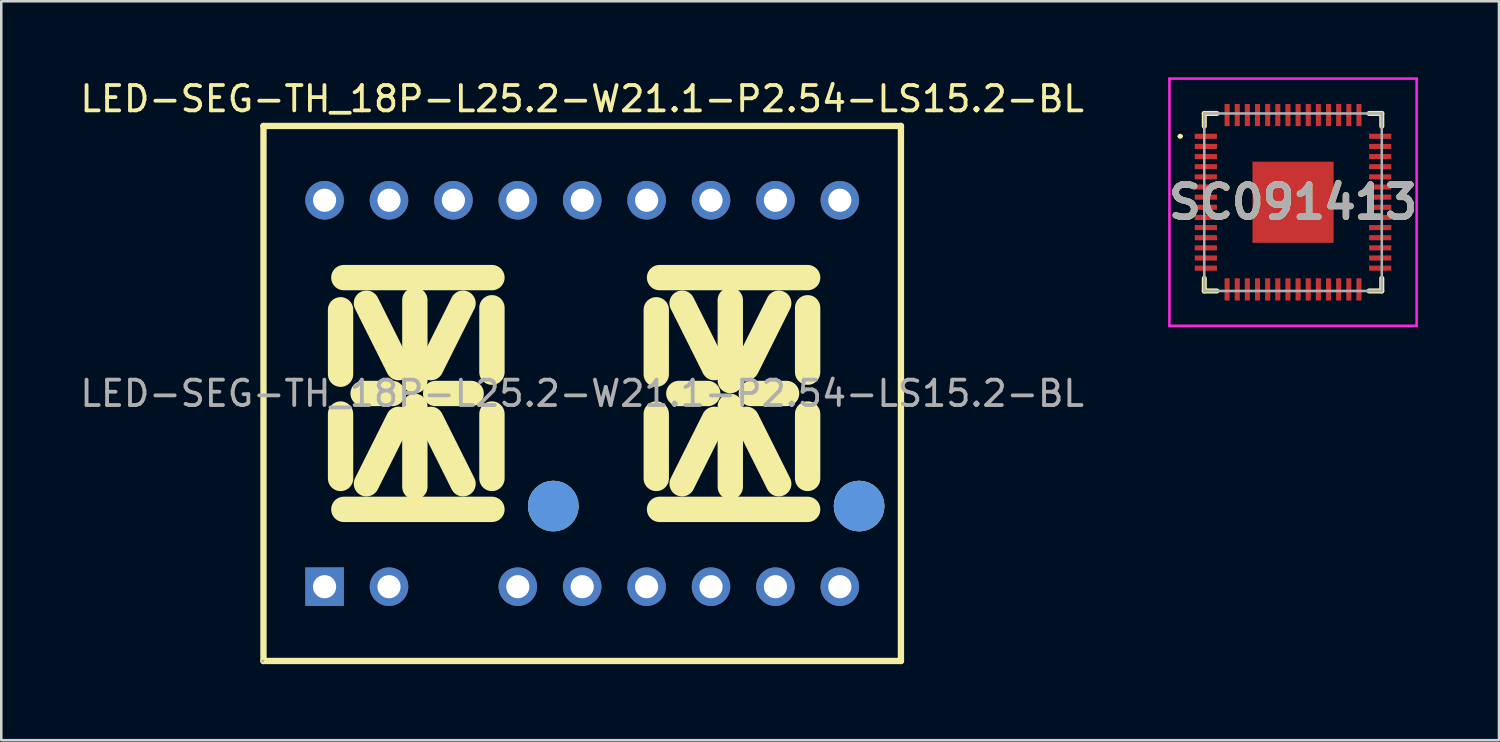
<source format=kicad_pcb>
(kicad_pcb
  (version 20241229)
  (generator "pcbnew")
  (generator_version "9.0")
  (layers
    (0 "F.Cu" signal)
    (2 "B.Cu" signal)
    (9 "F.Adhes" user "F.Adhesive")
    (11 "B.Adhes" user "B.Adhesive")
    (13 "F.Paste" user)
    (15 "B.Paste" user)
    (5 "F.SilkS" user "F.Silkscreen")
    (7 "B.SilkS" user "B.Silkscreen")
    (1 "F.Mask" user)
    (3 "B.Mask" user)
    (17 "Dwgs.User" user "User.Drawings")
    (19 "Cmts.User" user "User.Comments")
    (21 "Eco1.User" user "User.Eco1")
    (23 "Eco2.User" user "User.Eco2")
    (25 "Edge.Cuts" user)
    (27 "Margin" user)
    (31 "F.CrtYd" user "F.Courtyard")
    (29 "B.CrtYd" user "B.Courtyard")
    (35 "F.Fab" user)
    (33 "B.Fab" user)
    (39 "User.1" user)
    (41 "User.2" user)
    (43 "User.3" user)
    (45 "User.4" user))
  (footprint "SC091413"
    (layer "F.Cu")
    (at 47.944 4.925)
    (property "Reference" "SC091413" (at 0 0 0) (layer "F.SilkS") (effects (font (size 1.27 1.27) (thickness 0.254))))
    (attr smd)
    (fp_line (start -4.5 -2.6) (end -4.5 -2.6) (stroke (width 0.1) (type solid)) (layer "F.SilkS"))
    (fp_line (start -4.4 -2.6) (end -4.4 -2.6) (stroke (width 0.1) (type solid)) (layer "F.SilkS"))
    (fp_line (start -3.5 -3.5) (end -3.5 -3) (stroke (width 0.2) (type solid)) (layer "F.SilkS"))
    (fp_line (start -3.5 3) (end -3.5 3.5) (stroke (width 0.2) (type solid)) (layer "F.SilkS"))
    (fp_line (start -3.5 3.5) (end -3 3.5) (stroke (width 0.2) (type solid)) (layer "F.SilkS"))
    (fp_line (start -3 -3.5) (end -3.5 -3.5) (stroke (width 0.2) (type solid)) (layer "F.SilkS"))
    (fp_line (start 3 -3.5) (end 3.5 -3.5) (stroke (width 0.2) (type solid)) (layer "F.SilkS"))
    (fp_line (start 3 3.5) (end 3.5 3.5) (stroke (width 0.2) (type solid)) (layer "F.SilkS"))
    (fp_line (start 3.5 -3.5) (end 3.5 -3) (stroke (width 0.2) (type solid)) (layer "F.SilkS"))
    (fp_line (start 3.5 3.5) (end 3.5 3) (stroke (width 0.2) (type solid)) (layer "F.SilkS"))
    (fp_arc (start -4.5 -2.6) (mid -4.45 -2.65) (end -4.4 -2.6) (stroke (width 0.1) (type solid)) (layer "F.SilkS"))
    (fp_arc (start -4.4 -2.6) (mid -4.45 -2.55) (end -4.5 -2.6) (stroke (width 0.1) (type solid)) (layer "F.SilkS"))
    (fp_line (start -4.875 -4.875) (end 4.875 -4.875) (stroke (width 0.1) (type solid)) (layer "F.CrtYd"))
    (fp_line (start -4.875 4.875) (end -4.875 -4.875) (stroke (width 0.1) (type solid)) (layer "F.CrtYd"))
    (fp_line (start 4.875 -4.875) (end 4.875 4.875) (stroke (width 0.1) (type solid)) (layer "F.CrtYd"))
    (fp_line (start 4.875 4.875) (end -4.875 4.875) (stroke (width 0.1) (type solid)) (layer "F.CrtYd"))
    (fp_line (start -3.5 -3.5) (end -3.5 3.5) (stroke (width 0.1) (type solid)) (layer "F.Fab"))
    (fp_line (start -3.5 3.5) (end 3.5 3.5) (stroke (width 0.1) (type solid)) (layer "F.Fab"))
    (fp_line (start 3.5 -3.5) (end -3.5 -3.5) (stroke (width 0.1) (type solid)) (layer "F.Fab"))
    (fp_line (start 3.5 3.5) (end 3.5 -3.5) (stroke (width 0.1) (type solid)) (layer "F.Fab"))
    (fp_text user "${REFERENCE}" (at 0 0 0) (layer "F.Fab") (effects (font (size 1.27 1.27) (thickness 0.254))))
    (pad "1" smd rect (at -3.438 -2.6 90) (size 0.2 0.875) (layers "F.Cu" "F.Mask" "F.Paste"))
    (pad "2" smd rect (at -3.438 -2.2 90) (size 0.2 0.875) (layers "F.Cu" "F.Mask" "F.Paste"))
    (pad "3" smd rect (at -3.438 -1.8 90) (size 0.2 0.875) (layers "F.Cu" "F.Mask" "F.Paste"))
    (pad "4" smd rect (at -3.438 -1.4 90) (size 0.2 0.875) (layers "F.Cu" "F.Mask" "F.Paste"))
    (pad "5" smd rect (at -3.438 -1 90) (size 0.2 0.875) (layers "F.Cu" "F.Mask" "F.Paste"))
    (pad "6" smd rect (at -3.438 -0.6 90) (size 0.2 0.875) (layers "F.Cu" "F.Mask" "F.Paste"))
    (pad "7" smd rect (at -3.438 -0.2 90) (size 0.2 0.875) (layers "F.Cu" "F.Mask" "F.Paste"))
    (pad "8" smd rect (at -3.438 0.2 90) (size 0.2 0.875) (layers "F.Cu" "F.Mask" "F.Paste"))
    (pad "9" smd rect (at -3.438 0.6 90) (size 0.2 0.875) (layers "F.Cu" "F.Mask" "F.Paste"))
    (pad "10" smd rect (at -3.438 1 90) (size 0.2 0.875) (layers "F.Cu" "F.Mask" "F.Paste"))
    (pad "11" smd rect (at -3.438 1.4 90) (size 0.2 0.875) (layers "F.Cu" "F.Mask" "F.Paste"))
    (pad "12" smd rect (at -3.438 1.8 90) (size 0.2 0.875) (layers "F.Cu" "F.Mask" "F.Paste"))
    (pad "13" smd rect (at -3.438 2.2 90) (size 0.2 0.875) (layers "F.Cu" "F.Mask" "F.Paste"))
    (pad "14" smd rect (at -3.438 2.6 90) (size 0.2 0.875) (layers "F.Cu" "F.Mask" "F.Paste"))
    (pad "15" smd rect (at -2.6 3.438) (size 0.2 0.875) (layers "F.Cu" "F.Mask" "F.Paste"))
    (pad "16" smd rect (at -2.2 3.438) (size 0.2 0.875) (layers "F.Cu" "F.Mask" "F.Paste"))
    (pad "17" smd rect (at -1.8 3.438) (size 0.2 0.875) (layers "F.Cu" "F.Mask" "F.Paste"))
    (pad "18" smd rect (at -1.4 3.438) (size 0.2 0.875) (layers "F.Cu" "F.Mask" "F.Paste"))
    (pad "19" smd rect (at -1 3.438) (size 0.2 0.875) (layers "F.Cu" "F.Mask" "F.Paste"))
    (pad "20" smd rect (at -0.6 3.438) (size 0.2 0.875) (layers "F.Cu" "F.Mask" "F.Paste"))
    (pad "21" smd rect (at -0.2 3.438) (size 0.2 0.875) (layers "F.Cu" "F.Mask" "F.Paste"))
    (pad "22" smd rect (at 0.2 3.438) (size 0.2 0.875) (layers "F.Cu" "F.Mask" "F.Paste"))
    (pad "23" smd rect (at 0.6 3.438) (size 0.2 0.875) (layers "F.Cu" "F.Mask" "F.Paste"))
    (pad "24" smd rect (at 1 3.438) (size 0.2 0.875) (layers "F.Cu" "F.Mask" "F.Paste"))
    (pad "25" smd rect (at 1.4 3.438) (size 0.2 0.875) (layers "F.Cu" "F.Mask" "F.Paste"))
    (pad "26" smd rect (at 1.8 3.438) (size 0.2 0.875) (layers "F.Cu" "F.Mask" "F.Paste"))
    (pad "27" smd rect (at 2.2 3.438) (size 0.2 0.875) (layers "F.Cu" "F.Mask" "F.Paste"))
    (pad "28" smd rect (at 2.6 3.438) (size 0.2 0.875) (layers "F.Cu" "F.Mask" "F.Paste"))
    (pad "29" smd rect (at 3.438 2.6 90) (size 0.2 0.875) (layers "F.Cu" "F.Mask" "F.Paste"))
    (pad "30" smd rect (at 3.438 2.2 90) (size 0.2 0.875) (layers "F.Cu" "F.Mask" "F.Paste"))
    (pad "31" smd rect (at 3.438 1.8 90) (size 0.2 0.875) (layers "F.Cu" "F.Mask" "F.Paste"))
    (pad "32" smd rect (at 3.438 1.4 90) (size 0.2 0.875) (layers "F.Cu" "F.Mask" "F.Paste"))
    (pad "33" smd rect (at 3.438 1 90) (size 0.2 0.875) (layers "F.Cu" "F.Mask" "F.Paste"))
    (pad "34" smd rect (at 3.438 0.6 90) (size 0.2 0.875) (layers "F.Cu" "F.Mask" "F.Paste"))
    (pad "35" smd rect (at 3.438 0.2 90) (size 0.2 0.875) (layers "F.Cu" "F.Mask" "F.Paste"))
    (pad "36" smd rect (at 3.438 -0.2 90) (size 0.2 0.875) (layers "F.Cu" "F.Mask" "F.Paste"))
    (pad "37" smd rect (at 3.438 -0.6 90) (size 0.2 0.875) (layers "F.Cu" "F.Mask" "F.Paste"))
    (pad "38" smd rect (at 3.438 -1 90) (size 0.2 0.875) (layers "F.Cu" "F.Mask" "F.Paste"))
    (pad "39" smd rect (at 3.438 -1.4 90) (size 0.2 0.875) (layers "F.Cu" "F.Mask" "F.Paste"))
    (pad "40" smd rect (at 3.438 -1.8 90) (size 0.2 0.875) (layers "F.Cu" "F.Mask" "F.Paste"))
    (pad "41" smd rect (at 3.438 -2.2 90) (size 0.2 0.875) (layers "F.Cu" "F.Mask" "F.Paste"))
    (pad "42" smd rect (at 3.438 -2.6 90) (size 0.2 0.875) (layers "F.Cu" "F.Mask" "F.Paste"))
    (pad "43" smd rect (at 2.6 -3.438) (size 0.2 0.875) (layers "F.Cu" "F.Mask" "F.Paste"))
    (pad "44" smd rect (at 2.2 -3.438) (size 0.2 0.875) (layers "F.Cu" "F.Mask" "F.Paste"))
    (pad "45" smd rect (at 1.8 -3.438) (size 0.2 0.875) (layers "F.Cu" "F.Mask" "F.Paste"))
    (pad "46" smd rect (at 1.4 -3.438) (size 0.2 0.875) (layers "F.Cu" "F.Mask" "F.Paste"))
    (pad "47" smd rect (at 1 -3.438) (size 0.2 0.875) (layers "F.Cu" "F.Mask" "F.Paste"))
    (pad "48" smd rect (at 0.6 -3.438) (size 0.2 0.875) (layers "F.Cu" "F.Mask" "F.Paste"))
    (pad "49" smd rect (at 0.2 -3.438) (size 0.2 0.875) (layers "F.Cu" "F.Mask" "F.Paste"))
    (pad "50" smd rect (at -0.2 -3.438) (size 0.2 0.875) (layers "F.Cu" "F.Mask" "F.Paste"))
    (pad "51" smd rect (at -0.6 -3.438) (size 0.2 0.875) (layers "F.Cu" "F.Mask" "F.Paste"))
    (pad "52" smd rect (at -1 -3.438) (size 0.2 0.875) (layers "F.Cu" "F.Mask" "F.Paste"))
    (pad "53" smd rect (at -1.4 -3.438) (size 0.2 0.875) (layers "F.Cu" "F.Mask" "F.Paste"))
    (pad "54" smd rect (at -1.8 -3.438) (size 0.2 0.875) (layers "F.Cu" "F.Mask" "F.Paste"))
    (pad "55" smd rect (at -2.2 -3.438) (size 0.2 0.875) (layers "F.Cu" "F.Mask" "F.Paste"))
    (pad "56" smd rect (at -2.6 -3.438) (size 0.2 0.875) (layers "F.Cu" "F.Mask" "F.Paste"))
    (pad "57" smd rect (at 0 0 90) (size 3.2 3.2) (layers "F.Cu" "F.Mask" "F.Paste")))
  (footprint "LED-SEG-TH_18P-L25.2-W21.1-P2.54-LS15.2-BL"
    (layer "F.Cu")
    (at 19.911 12.468)
    (property "Reference" "LED-SEG-TH_18P-L25.2-W21.1-P2.54-LS15.2-BL" (at 0 -11.62 0) (layer "F.SilkS") (effects (font (size 1 1) (thickness 0.15))))
    (attr through_hole)
    (fp_line (start -12.57 -10.55) (end -12.57 10.55) (stroke (width 0.25) (type solid)) (layer "F.SilkS"))
    (fp_line (start -12.57 -10.55) (end 12.57 -10.55) (stroke (width 0.25) (type solid)) (layer "F.SilkS"))
    (fp_line (start -12.57 10.55) (end 12.57 10.55) (stroke (width 0.25) (type solid)) (layer "F.SilkS"))
    (fp_line (start -9.53 -3.3) (end -9.53 -0.76) (stroke (width 1) (type solid)) (layer "F.SilkS"))
    (fp_line (start -9.53 0.81) (end -9.53 3.35) (stroke (width 1) (type solid)) (layer "F.SilkS"))
    (fp_line (start -9.4 -4.57) (end -3.56 -4.57) (stroke (width 1) (type solid)) (layer "F.SilkS"))
    (fp_line (start -8.51 -3.56) (end -7.24 -1.02) (stroke (width 1) (type solid)) (layer "F.SilkS"))
    (fp_line (start -8.51 3.56) (end -7.24 1.02) (stroke (width 1) (type solid)) (layer "F.SilkS"))
    (fp_line (start -7.49 0) (end -8.64 0) (stroke (width 1) (type solid)) (layer "F.SilkS"))
    (fp_line (start -6.6 -3.68) (end -6.6 -0.51) (stroke (width 1) (type solid)) (layer "F.SilkS"))
    (fp_line (start -6.6 3.68) (end -6.6 0.51) (stroke (width 1) (type solid)) (layer "F.SilkS"))
    (fp_line (start -5.78 0) (end -4.38 0) (stroke (width 1) (type solid)) (layer "F.SilkS"))
    (fp_line (start -4.7 -3.56) (end -5.97 -1.02) (stroke (width 1) (type solid)) (layer "F.SilkS"))
    (fp_line (start -4.7 3.56) (end -5.97 1.02) (stroke (width 1) (type solid)) (layer "F.SilkS"))
    (fp_line (start -3.56 -3.38) (end -3.56 -0.84) (stroke (width 1) (type solid)) (layer "F.SilkS"))
    (fp_line (start -3.56 0.81) (end -3.56 3.35) (stroke (width 1) (type solid)) (layer "F.SilkS"))
    (fp_line (start -3.56 4.57) (end -9.4 4.57) (stroke (width 1) (type solid)) (layer "F.SilkS"))
    (fp_line (start 2.92 -3.3) (end 2.92 -0.76) (stroke (width 1) (type solid)) (layer "F.SilkS"))
    (fp_line (start 2.92 0.81) (end 2.92 3.35) (stroke (width 1) (type solid)) (layer "F.SilkS"))
    (fp_line (start 3.05 -4.57) (end 8.89 -4.57) (stroke (width 1) (type solid)) (layer "F.SilkS"))
    (fp_line (start 3.94 -3.56) (end 5.21 -1.02) (stroke (width 1) (type solid)) (layer "F.SilkS"))
    (fp_line (start 3.94 3.56) (end 5.21 1.02) (stroke (width 1) (type solid)) (layer "F.SilkS"))
    (fp_line (start 4.95 0) (end 3.81 0) (stroke (width 1) (type solid)) (layer "F.SilkS"))
    (fp_line (start 5.84 -3.68) (end 5.84 -0.51) (stroke (width 1) (type solid)) (layer "F.SilkS"))
    (fp_line (start 5.84 3.68) (end 5.84 0.51) (stroke (width 1) (type solid)) (layer "F.SilkS"))
    (fp_line (start 6.67 0) (end 8.06 0) (stroke (width 1) (type solid)) (layer "F.SilkS"))
    (fp_line (start 7.75 -3.56) (end 6.48 -1.02) (stroke (width 1) (type solid)) (layer "F.SilkS"))
    (fp_line (start 7.75 3.56) (end 6.48 1.02) (stroke (width 1) (type solid)) (layer "F.SilkS"))
    (fp_line (start 8.89 -3.38) (end 8.89 -0.84) (stroke (width 1) (type solid)) (layer "F.SilkS"))
    (fp_line (start 8.89 0.81) (end 8.89 3.35) (stroke (width 1) (type solid)) (layer "F.SilkS"))
    (fp_line (start 8.89 4.57) (end 3.05 4.57) (stroke (width 1) (type solid)) (layer "F.SilkS"))
    (fp_line (start 12.57 -10.55) (end 12.57 10.55) (stroke (width 0.25) (type solid)) (layer "F.SilkS"))
    (fp_circle (center -1.14 4.44) (end -0.64 4.44) (stroke (width 1) (type solid)) (fill no) (layer "F.SilkS"))
    (fp_circle (center 10.92 4.44) (end 11.42 4.44) (stroke (width 1) (type solid)) (fill no) (layer "F.SilkS"))
    (fp_circle (center -1.14 4.44) (end -0.64 4.44) (stroke (width 1) (type solid)) (fill no) (layer "Cmts.User"))
    (fp_circle (center 10.92 4.44) (end 11.42 4.44) (stroke (width 1) (type solid)) (fill no) (layer "Cmts.User"))
    (fp_circle (center -12.6 10.55) (end -12.57 10.55) (stroke (width 0.06) (type solid)) (fill no) (layer "F.Fab"))
    (fp_circle (center -10.16 -7.62) (end -10.03 -7.62) (stroke (width 0.25) (type solid)) (fill no) (layer "F.Fab"))
    (fp_circle (center -10.16 7.62) (end -10.03 7.62) (stroke (width 0.25) (type solid)) (fill no) (layer "F.Fab"))
    (fp_circle (center -7.62 -7.62) (end -7.49 -7.62) (stroke (width 0.25) (type solid)) (fill no) (layer "F.Fab"))
    (fp_circle (center -7.62 7.62) (end -7.49 7.62) (stroke (width 0.25) (type solid)) (fill no) (layer "F.Fab"))
    (fp_circle (center -5.08 -7.62) (end -4.95 -7.62) (stroke (width 0.25) (type solid)) (fill no) (layer "F.Fab"))
    (fp_circle (center -2.54 -7.62) (end -2.41 -7.62) (stroke (width 0.25) (type solid)) (fill no) (layer "F.Fab"))
    (fp_circle (center -2.54 7.62) (end -2.41 7.62) (stroke (width 0.25) (type solid)) (fill no) (layer "F.Fab"))
    (fp_circle (center 0 -7.62) (end 0.13 -7.62) (stroke (width 0.25) (type solid)) (fill no) (layer "F.Fab"))
    (fp_circle (center 0 7.62) (end 0.13 7.62) (stroke (width 0.25) (type solid)) (fill no) (layer "F.Fab"))
    (fp_circle (center 2.54 -7.62) (end 2.67 -7.62) (stroke (width 0.25) (type solid)) (fill no) (layer "F.Fab"))
    (fp_circle (center 2.54 7.62) (end 2.67 7.62) (stroke (width 0.25) (type solid)) (fill no) (layer "F.Fab"))
    (fp_circle (center 5.08 -7.62) (end 5.21 -7.62) (stroke (width 0.25) (type solid)) (fill no) (layer "F.Fab"))
    (fp_circle (center 5.08 7.62) (end 5.21 7.62) (stroke (width 0.25) (type solid)) (fill no) (layer "F.Fab"))
    (fp_circle (center 7.62 -7.62) (end 7.75 -7.62) (stroke (width 0.25) (type solid)) (fill no) (layer "F.Fab"))
    (fp_circle (center 7.62 7.62) (end 7.75 7.62) (stroke (width 0.25) (type solid)) (fill no) (layer "F.Fab"))
    (fp_circle (center 10.16 -7.62) (end 10.29 -7.62) (stroke (width 0.25) (type solid)) (fill no) (layer "F.Fab"))
    (fp_circle (center 10.16 7.62) (end 10.29 7.62) (stroke (width 0.25) (type solid)) (fill no) (layer "F.Fab"))
    (fp_text user "${REFERENCE}" (at 0 0 0) (layer "F.Fab") (effects (font (size 1 1) (thickness 0.15))))
    (pad "1" thru_hole rect (at -10.16 7.62) (size 1.52 1.52) (drill 0.914) (layers "*.Cu" "*.Mask"))
    (pad "2" thru_hole circle (at -7.62 7.62) (size 1.52 1.52) (drill 0.914) (layers "*.Cu" "*.Mask"))
    (pad "4" thru_hole circle (at -2.54 7.62) (size 1.52 1.52) (drill 0.914) (layers "*.Cu" "*.Mask"))
    (pad "5" thru_hole circle (at 0 7.62) (size 1.52 1.52) (drill 0.914) (layers "*.Cu" "*.Mask"))
    (pad "6" thru_hole circle (at 2.54 7.62) (size 1.52 1.52) (drill 0.914) (layers "*.Cu" "*.Mask"))
    (pad "7" thru_hole circle (at 5.08 7.62) (size 1.52 1.52) (drill 0.914) (layers "*.Cu" "*.Mask"))
    (pad "8" thru_hole circle (at 7.62 7.62) (size 1.52 1.52) (drill 0.914) (layers "*.Cu" "*.Mask"))
    (pad "9" thru_hole circle (at 10.16 7.62) (size 1.52 1.52) (drill 0.914) (layers "*.Cu" "*.Mask"))
    (pad "10" thru_hole circle (at 10.16 -7.62) (size 1.52 1.52) (drill 0.914) (layers "*.Cu" "*.Mask"))
    (pad "11" thru_hole circle (at 7.62 -7.62) (size 1.52 1.52) (drill 0.914) (layers "*.Cu" "*.Mask"))
    (pad "12" thru_hole circle (at 5.08 -7.62) (size 1.52 1.52) (drill 0.914) (layers "*.Cu" "*.Mask"))
    (pad "13" thru_hole circle (at 2.54 -7.62) (size 1.52 1.52) (drill 0.914) (layers "*.Cu" "*.Mask"))
    (pad "14" thru_hole circle (at 0 -7.62) (size 1.52 1.52) (drill 0.914) (layers "*.Cu" "*.Mask"))
    (pad "15" thru_hole circle (at -2.54 -7.62) (size 1.52 1.52) (drill 0.914) (layers "*.Cu" "*.Mask"))
    (pad "16" thru_hole circle (at -5.08 -7.62) (size 1.52 1.52) (drill 0.914) (layers "*.Cu" "*.Mask"))
    (pad "17" thru_hole circle (at -7.62 -7.62) (size 1.52 1.52) (drill 0.914) (layers "*.Cu" "*.Mask"))
    (pad "18" thru_hole circle (at -10.16 -7.62) (size 1.52 1.52) (drill 0.914) (layers "*.Cu" "*.Mask")))
  (gr_rect
    (start -3 -3)
    (end 56.066 26.143)
    (stroke (width 0.1) (type default))
    (fill no)
    (layer "Edge.Cuts")))
</source>
